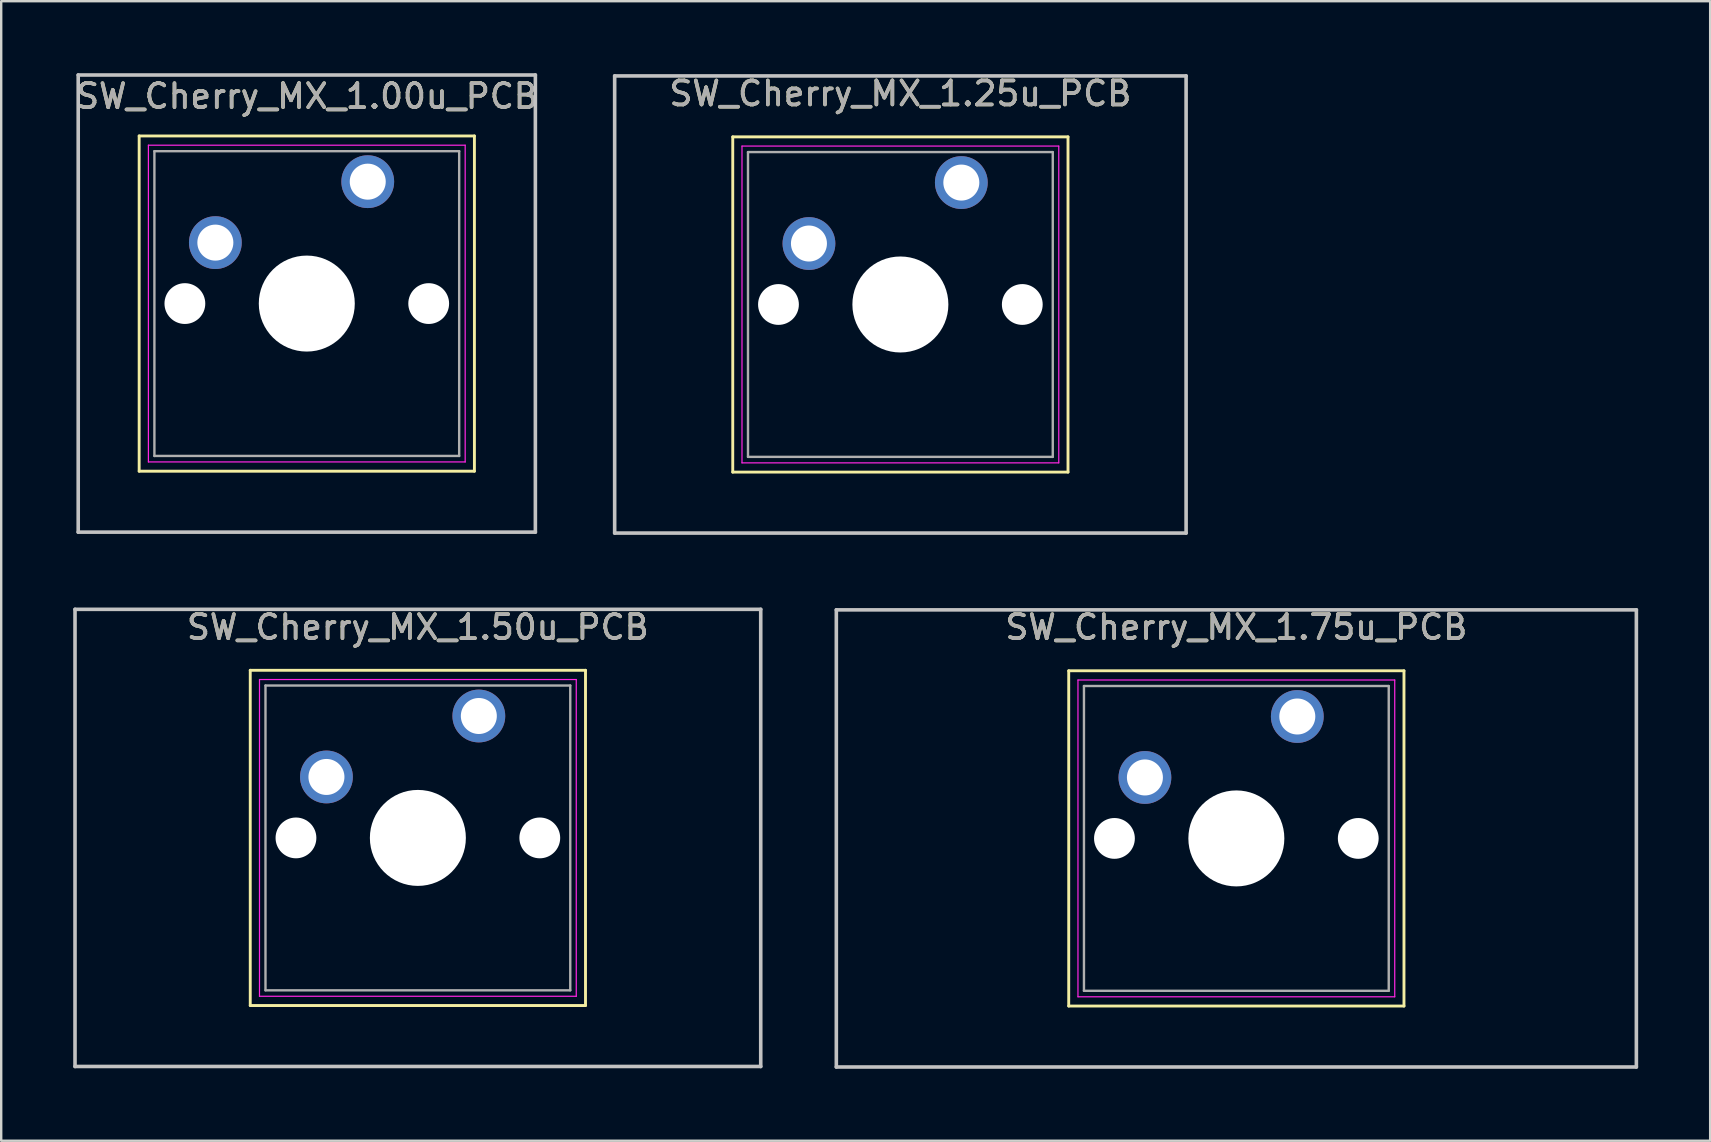
<source format=kicad_pcb>
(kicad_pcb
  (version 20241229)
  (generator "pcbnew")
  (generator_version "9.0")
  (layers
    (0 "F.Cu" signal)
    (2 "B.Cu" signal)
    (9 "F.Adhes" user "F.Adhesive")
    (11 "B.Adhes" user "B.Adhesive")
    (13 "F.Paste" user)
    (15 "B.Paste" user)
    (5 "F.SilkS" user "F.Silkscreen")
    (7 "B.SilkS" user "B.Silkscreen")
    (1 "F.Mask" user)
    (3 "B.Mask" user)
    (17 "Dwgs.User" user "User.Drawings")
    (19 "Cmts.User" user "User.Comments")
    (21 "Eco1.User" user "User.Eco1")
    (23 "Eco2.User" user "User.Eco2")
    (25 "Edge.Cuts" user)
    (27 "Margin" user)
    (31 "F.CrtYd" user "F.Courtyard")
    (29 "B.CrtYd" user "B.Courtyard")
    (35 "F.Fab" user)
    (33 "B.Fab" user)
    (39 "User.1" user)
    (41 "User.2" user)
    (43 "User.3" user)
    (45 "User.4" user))
  (footprint "SW_Cherry_MX_1.00u_PCB"
    (layer "F.Cu")
    (at 9.744 9.6)
    (property "Reference" "SW_Cherry_MX_1.00u_PCB" (at 0 -8.64 0) (layer "F.SilkS") (effects (font (size 1 1) (thickness 0.15))))
    (attr through_hole)
    (fp_line (start -6.995 -6.985) (end 6.975 -6.985) (stroke (width 0.12) (type solid)) (layer "F.SilkS"))
    (fp_line (start -6.995 6.985) (end -6.995 -6.985) (stroke (width 0.12) (type solid)) (layer "F.SilkS"))
    (fp_line (start 6.975 -6.985) (end 6.975 6.985) (stroke (width 0.12) (type solid)) (layer "F.SilkS"))
    (fp_line (start 6.975 6.985) (end -6.995 6.985) (stroke (width 0.12) (type solid)) (layer "F.SilkS"))
    (fp_line (start -9.535 -9.525) (end 9.515 -9.525) (stroke (width 0.15) (type solid)) (layer "Dwgs.User"))
    (fp_line (start -9.535 9.525) (end -9.535 -9.525) (stroke (width 0.15) (type solid)) (layer "Dwgs.User"))
    (fp_line (start 9.515 -9.525) (end 9.515 9.525) (stroke (width 0.15) (type solid)) (layer "Dwgs.User"))
    (fp_line (start 9.515 9.525) (end -9.535 9.525) (stroke (width 0.15) (type solid)) (layer "Dwgs.User"))
    (fp_line (start -6.61 -6.6) (end 6.59 -6.6) (stroke (width 0.05) (type solid)) (layer "F.CrtYd"))
    (fp_line (start -6.61 6.6) (end -6.61 -6.6) (stroke (width 0.05) (type solid)) (layer "F.CrtYd"))
    (fp_line (start 6.59 -6.6) (end 6.59 6.6) (stroke (width 0.05) (type solid)) (layer "F.CrtYd"))
    (fp_line (start 6.59 6.6) (end -6.61 6.6) (stroke (width 0.05) (type solid)) (layer "F.CrtYd"))
    (fp_line (start -6.36 -6.35) (end 6.34 -6.35) (stroke (width 0.1) (type solid)) (layer "F.Fab"))
    (fp_line (start -6.36 6.35) (end -6.36 -6.35) (stroke (width 0.1) (type solid)) (layer "F.Fab"))
    (fp_line (start 6.34 -6.35) (end 6.34 6.35) (stroke (width 0.1) (type solid)) (layer "F.Fab"))
    (fp_line (start 6.34 6.35) (end -6.36 6.35) (stroke (width 0.1) (type solid)) (layer "F.Fab"))
    (fp_text user "${REFERENCE}" (at 0 -8.64 0) (layer "F.Fab") (effects (font (size 1 1) (thickness 0.15))))
    (pad "" np_thru_hole circle (at -5.09 0) (size 1.7 1.7) (drill 1.7) (layers "*.Cu" "*.Mask"))
    (pad "" np_thru_hole circle (at -0.01 0) (size 4 4) (drill 4) (layers "*.Cu" "*.Mask"))
    (pad "" np_thru_hole circle (at 5.07 0) (size 1.7 1.7) (drill 1.7) (layers "*.Cu" "*.Mask"))
    (pad "1" thru_hole circle (at 2.53 -5.08) (size 2.2 2.2) (drill 1.5) (layers "*.Cu" "*.Mask"))
    (pad "2" thru_hole circle (at -3.82 -2.54) (size 2.2 2.2) (drill 1.5) (layers "*.Cu" "*.Mask")))
  (footprint "SW_Cherry_MX_1.75u_PCB"
    (layer "F.Cu")
    (at 48.469 31.887)
    (property "Reference" "SW_Cherry_MX_1.75u_PCB" (at 0 -8.8 0) (layer "F.SilkS") (effects (font (size 1 1) (thickness 0.15))))
    (attr through_hole)
    (fp_line (start -6.985 -6.985) (end 6.985 -6.985) (stroke (width 0.12) (type solid)) (layer "F.SilkS"))
    (fp_line (start -6.985 6.985) (end -6.985 -6.985) (stroke (width 0.12) (type solid)) (layer "F.SilkS"))
    (fp_line (start 6.985 -6.985) (end 6.985 6.985) (stroke (width 0.12) (type solid)) (layer "F.SilkS"))
    (fp_line (start 6.985 6.985) (end -6.985 6.985) (stroke (width 0.12) (type solid)) (layer "F.SilkS"))
    (fp_line (start -16.669 -9.525) (end 16.669 -9.525) (stroke (width 0.15) (type solid)) (layer "Dwgs.User"))
    (fp_line (start -16.669 9.525) (end -16.669 -9.525) (stroke (width 0.15) (type solid)) (layer "Dwgs.User"))
    (fp_line (start 16.669 -9.525) (end 16.669 9.525) (stroke (width 0.15) (type solid)) (layer "Dwgs.User"))
    (fp_line (start 16.669 9.525) (end -16.669 9.525) (stroke (width 0.15) (type solid)) (layer "Dwgs.User"))
    (fp_line (start -6.6 -6.6) (end 6.6 -6.6) (stroke (width 0.05) (type solid)) (layer "F.CrtYd"))
    (fp_line (start -6.6 6.6) (end -6.6 -6.6) (stroke (width 0.05) (type solid)) (layer "F.CrtYd"))
    (fp_line (start 6.6 -6.6) (end 6.6 6.6) (stroke (width 0.05) (type solid)) (layer "F.CrtYd"))
    (fp_line (start 6.6 6.6) (end -6.6 6.6) (stroke (width 0.05) (type solid)) (layer "F.CrtYd"))
    (fp_line (start -6.35 -6.35) (end 6.35 -6.35) (stroke (width 0.1) (type solid)) (layer "F.Fab"))
    (fp_line (start -6.35 6.35) (end -6.35 -6.35) (stroke (width 0.1) (type solid)) (layer "F.Fab"))
    (fp_line (start 6.35 -6.35) (end 6.35 6.35) (stroke (width 0.1) (type solid)) (layer "F.Fab"))
    (fp_line (start 6.35 6.35) (end -6.35 6.35) (stroke (width 0.1) (type solid)) (layer "F.Fab"))
    (fp_text user "${REFERENCE}" (at 0 -8.8 0) (layer "F.Fab") (effects (font (size 1 1) (thickness 0.15))))
    (pad "" np_thru_hole circle (at -5.08 0) (size 1.7 1.7) (drill 1.7) (layers "*.Cu" "*.Mask"))
    (pad "" np_thru_hole circle (at 0 0) (size 4 4) (drill 4) (layers "*.Cu" "*.Mask"))
    (pad "" np_thru_hole circle (at 5.08 0) (size 1.7 1.7) (drill 1.7) (layers "*.Cu" "*.Mask"))
    (pad "1" thru_hole circle (at 2.54 -5.08) (size 2.2 2.2) (drill 1.5) (layers "*.Cu" "*.Mask"))
    (pad "2" thru_hole circle (at -3.81 -2.54) (size 2.2 2.2) (drill 1.5) (layers "*.Cu" "*.Mask")))
  (footprint "SW_Cherry_MX_1.25u_PCB"
    (layer "F.Cu")
    (at 34.469 9.648)
    (property "Reference" "SW_Cherry_MX_1.25u_PCB" (at 0 -8.8 0) (layer "F.SilkS") (effects (font (size 1 1) (thickness 0.15))))
    (attr through_hole)
    (fp_line (start -6.985 -6.995) (end 6.985 -6.995) (stroke (width 0.12) (type solid)) (layer "F.SilkS"))
    (fp_line (start -6.985 6.975) (end -6.985 -6.995) (stroke (width 0.12) (type solid)) (layer "F.SilkS"))
    (fp_line (start 6.985 -6.995) (end 6.985 6.975) (stroke (width 0.12) (type solid)) (layer "F.SilkS"))
    (fp_line (start 6.985 6.975) (end -6.985 6.975) (stroke (width 0.12) (type solid)) (layer "F.SilkS"))
    (fp_line (start -11.906 -9.535) (end 11.906 -9.535) (stroke (width 0.15) (type solid)) (layer "Dwgs.User"))
    (fp_line (start -11.906 9.515) (end -11.906 -9.535) (stroke (width 0.15) (type solid)) (layer "Dwgs.User"))
    (fp_line (start 11.906 -9.535) (end 11.906 9.515) (stroke (width 0.15) (type solid)) (layer "Dwgs.User"))
    (fp_line (start 11.906 9.515) (end -11.906 9.515) (stroke (width 0.15) (type solid)) (layer "Dwgs.User"))
    (fp_line (start -6.6 -6.61) (end 6.6 -6.61) (stroke (width 0.05) (type solid)) (layer "F.CrtYd"))
    (fp_line (start -6.6 6.59) (end -6.6 -6.61) (stroke (width 0.05) (type solid)) (layer "F.CrtYd"))
    (fp_line (start 6.6 -6.61) (end 6.6 6.59) (stroke (width 0.05) (type solid)) (layer "F.CrtYd"))
    (fp_line (start 6.6 6.59) (end -6.6 6.59) (stroke (width 0.05) (type solid)) (layer "F.CrtYd"))
    (fp_line (start -6.35 -6.36) (end 6.35 -6.36) (stroke (width 0.1) (type solid)) (layer "F.Fab"))
    (fp_line (start -6.35 6.34) (end -6.35 -6.36) (stroke (width 0.1) (type solid)) (layer "F.Fab"))
    (fp_line (start 6.35 -6.36) (end 6.35 6.34) (stroke (width 0.1) (type solid)) (layer "F.Fab"))
    (fp_line (start 6.35 6.34) (end -6.35 6.34) (stroke (width 0.1) (type solid)) (layer "F.Fab"))
    (fp_text user "${REFERENCE}" (at 0 -8.8 0) (layer "F.Fab") (effects (font (size 1 1) (thickness 0.15))))
    (pad "" np_thru_hole circle (at -5.08 -0.01) (size 1.7 1.7) (drill 1.7) (layers "*.Cu" "*.Mask"))
    (pad "" np_thru_hole circle (at 0 -0.01) (size 4 4) (drill 4) (layers "*.Cu" "*.Mask"))
    (pad "" np_thru_hole circle (at 5.08 -0.01) (size 1.7 1.7) (drill 1.7) (layers "*.Cu" "*.Mask"))
    (pad "1" thru_hole circle (at 2.54 -5.09) (size 2.2 2.2) (drill 1.5) (layers "*.Cu" "*.Mask"))
    (pad "2" thru_hole circle (at -3.81 -2.55) (size 2.2 2.2) (drill 1.5) (layers "*.Cu" "*.Mask")))
  (footprint "SW_Cherry_MX_1.50u_PCB"
    (layer "F.Cu")
    (at 14.363 31.866)
    (property "Reference" "SW_Cherry_MX_1.50u_PCB" (at 0 -8.78 0) (layer "F.SilkS") (effects (font (size 1 1) (thickness 0.15))))
    (attr through_hole)
    (fp_line (start -6.985 -6.985) (end 6.985 -6.985) (stroke (width 0.12) (type solid)) (layer "F.SilkS"))
    (fp_line (start -6.985 6.985) (end -6.985 -6.985) (stroke (width 0.12) (type solid)) (layer "F.SilkS"))
    (fp_line (start 6.985 -6.985) (end 6.985 6.985) (stroke (width 0.12) (type solid)) (layer "F.SilkS"))
    (fp_line (start 6.985 6.985) (end -6.985 6.985) (stroke (width 0.12) (type solid)) (layer "F.SilkS"))
    (fp_line (start -14.287 -9.525) (end 14.287 -9.525) (stroke (width 0.15) (type solid)) (layer "Dwgs.User"))
    (fp_line (start -14.287 9.525) (end -14.287 -9.525) (stroke (width 0.15) (type solid)) (layer "Dwgs.User"))
    (fp_line (start 14.287 -9.525) (end 14.287 9.525) (stroke (width 0.15) (type solid)) (layer "Dwgs.User"))
    (fp_line (start 14.287 9.525) (end -14.287 9.525) (stroke (width 0.15) (type solid)) (layer "Dwgs.User"))
    (fp_line (start -6.6 -6.6) (end 6.6 -6.6) (stroke (width 0.05) (type solid)) (layer "F.CrtYd"))
    (fp_line (start -6.6 6.6) (end -6.6 -6.6) (stroke (width 0.05) (type solid)) (layer "F.CrtYd"))
    (fp_line (start 6.6 -6.6) (end 6.6 6.6) (stroke (width 0.05) (type solid)) (layer "F.CrtYd"))
    (fp_line (start 6.6 6.6) (end -6.6 6.6) (stroke (width 0.05) (type solid)) (layer "F.CrtYd"))
    (fp_line (start -6.35 -6.35) (end 6.35 -6.35) (stroke (width 0.1) (type solid)) (layer "F.Fab"))
    (fp_line (start -6.35 6.35) (end -6.35 -6.35) (stroke (width 0.1) (type solid)) (layer "F.Fab"))
    (fp_line (start 6.35 -6.35) (end 6.35 6.35) (stroke (width 0.1) (type solid)) (layer "F.Fab"))
    (fp_line (start 6.35 6.35) (end -6.35 6.35) (stroke (width 0.1) (type solid)) (layer "F.Fab"))
    (fp_text user "${REFERENCE}" (at 0 -8.78 0) (layer "F.Fab") (effects (font (size 1 1) (thickness 0.15))))
    (pad "" np_thru_hole circle (at -5.08 0) (size 1.7 1.7) (drill 1.7) (layers "*.Cu" "*.Mask"))
    (pad "" np_thru_hole circle (at 0 0) (size 4 4) (drill 4) (layers "*.Cu" "*.Mask"))
    (pad "" np_thru_hole circle (at 5.08 0) (size 1.7 1.7) (drill 1.7) (layers "*.Cu" "*.Mask"))
    (pad "1" thru_hole circle (at 2.54 -5.08) (size 2.2 2.2) (drill 1.5) (layers "*.Cu" "*.Mask"))
    (pad "2" thru_hole circle (at -3.81 -2.54) (size 2.2 2.2) (drill 1.5) (layers "*.Cu" "*.Mask")))
  (gr_rect
    (start -3 -3)
    (end 68.213 44.486)
    (stroke (width 0.1) (type default))
    (fill no)
    (layer "Edge.Cuts")))
</source>
